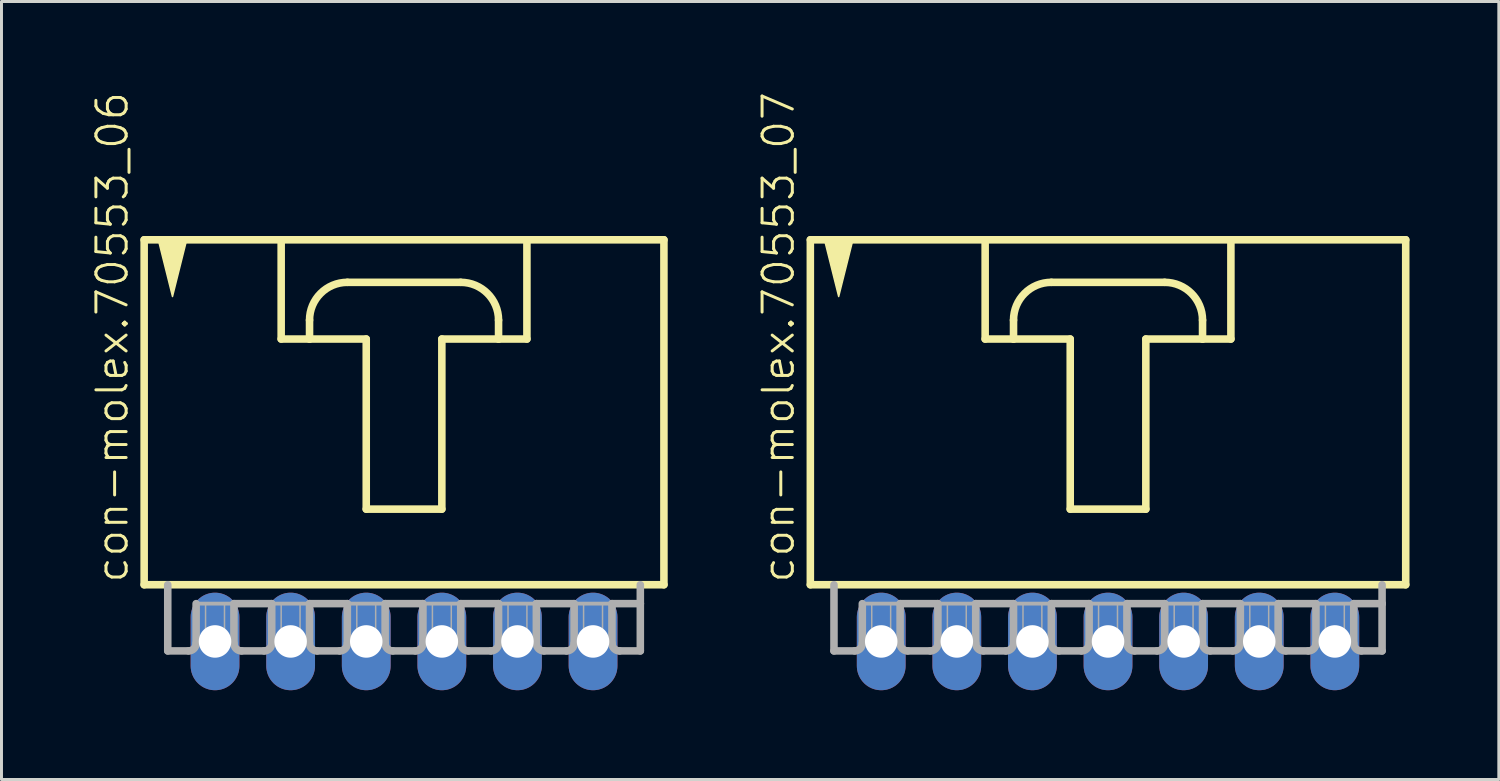
<source format=kicad_pcb>
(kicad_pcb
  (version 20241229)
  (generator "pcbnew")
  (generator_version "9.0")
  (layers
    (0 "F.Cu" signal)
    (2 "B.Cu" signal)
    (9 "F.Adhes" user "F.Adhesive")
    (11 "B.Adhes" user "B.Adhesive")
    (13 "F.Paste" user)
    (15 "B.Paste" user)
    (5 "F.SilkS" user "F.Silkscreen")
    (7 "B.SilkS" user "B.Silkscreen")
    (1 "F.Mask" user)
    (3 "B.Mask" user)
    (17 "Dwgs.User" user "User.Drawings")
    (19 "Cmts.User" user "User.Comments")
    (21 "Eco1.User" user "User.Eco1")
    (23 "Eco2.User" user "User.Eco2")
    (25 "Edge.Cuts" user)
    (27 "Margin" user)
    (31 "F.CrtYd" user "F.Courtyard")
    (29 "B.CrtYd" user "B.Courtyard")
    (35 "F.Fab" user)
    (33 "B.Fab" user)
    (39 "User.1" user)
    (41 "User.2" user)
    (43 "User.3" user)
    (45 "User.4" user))
  (footprint "con-molex.70553_07"
    (layer "F.Cu")
    (at 34.175 10.88)
    (property "Reference" "con-molex.70553_07" (at -10.477 5.715 90) (layer "F.SilkS") (effects (font (size 1.016 1.016) (thickness 0.1)) (justify left bottom)))
    (attr through_hole)
    (fp_line (start -10.001 -5.874) (end -10.001 5.715) (stroke (width 0.254) (type default)) (layer "F.SilkS"))
    (fp_line (start -10.001 5.715) (end 10.001 5.715) (stroke (width 0.254) (type default)) (layer "F.SilkS"))
    (fp_line (start -4.128 -5.874) (end -4.128 -2.54) (stroke (width 0.254) (type default)) (layer "F.SilkS"))
    (fp_line (start -4.128 -2.54) (end -3.175 -2.54) (stroke (width 0.254) (type default)) (layer "F.SilkS"))
    (fp_line (start -3.175 -2.54) (end -3.175 -3.175) (stroke (width 0.254) (type default)) (layer "F.SilkS"))
    (fp_line (start -3.175 -2.54) (end -1.27 -2.54) (stroke (width 0.254) (type default)) (layer "F.SilkS"))
    (fp_line (start -1.905 -4.445) (end 1.905 -4.445) (stroke (width 0.254) (type default)) (layer "F.SilkS"))
    (fp_line (start -1.27 -2.54) (end -1.27 3.175) (stroke (width 0.254) (type default)) (layer "F.SilkS"))
    (fp_line (start -1.27 3.175) (end 1.27 3.175) (stroke (width 0.254) (type default)) (layer "F.SilkS"))
    (fp_line (start 1.27 -2.54) (end 3.175 -2.54) (stroke (width 0.254) (type default)) (layer "F.SilkS"))
    (fp_line (start 1.27 3.175) (end 1.27 -2.54) (stroke (width 0.254) (type default)) (layer "F.SilkS"))
    (fp_line (start 3.175 -3.175) (end 3.175 -2.54) (stroke (width 0.254) (type default)) (layer "F.SilkS"))
    (fp_line (start 3.175 -2.54) (end 4.128 -2.54) (stroke (width 0.254) (type default)) (layer "F.SilkS"))
    (fp_line (start 4.128 -5.874) (end -10.001 -5.874) (stroke (width 0.254) (type default)) (layer "F.SilkS"))
    (fp_line (start 4.128 -2.54) (end 4.128 -5.874) (stroke (width 0.254) (type default)) (layer "F.SilkS"))
    (fp_line (start 10.001 -5.874) (end 4.128 -5.874) (stroke (width 0.254) (type default)) (layer "F.SilkS"))
    (fp_line (start 10.001 5.715) (end 10.001 -5.874) (stroke (width 0.254) (type default)) (layer "F.SilkS"))
    (fp_arc (start -3.175 -3.175) (mid -2.803026 -4.073026) (end -1.905 -4.445) (stroke (width 0.254) (type default)) (layer "F.SilkS"))
    (fp_arc (start 1.905 -4.445) (mid 2.803026 -4.073026) (end 3.175 -3.175) (stroke (width 0.254) (type default)) (layer "F.SilkS"))
    (fp_poly (pts (xy -9.525 -5.874) (xy -9.049 -3.969) (xy -8.572 -5.874)) (stroke (width 0.051) (type default)) (fill yes) (layer "F.SilkS"))
    (fp_line (start -9.207 5.715) (end -9.207 7.938) (stroke (width 0.254) (type default)) (layer "F.Fab"))
    (fp_line (start -8.509 7.938) (end -9.207 7.938) (stroke (width 0.254) (type default)) (layer "F.Fab"))
    (fp_line (start -8.255 6.35) (end -8.255 7.684) (stroke (width 0.254) (type default)) (layer "F.Fab"))
    (fp_line (start -8.255 6.35) (end -6.985 6.35) (stroke (width 0.127) (type default)) (layer "F.Fab"))
    (fp_line (start -6.985 6.35) (end -6.985 7.684) (stroke (width 0.254) (type default)) (layer "F.Fab"))
    (fp_line (start -6.985 6.35) (end -5.715 6.35) (stroke (width 0.254) (type default)) (layer "F.Fab"))
    (fp_line (start -5.969 7.938) (end -6.731 7.938) (stroke (width 0.254) (type default)) (layer "F.Fab"))
    (fp_line (start -5.715 6.35) (end -5.715 7.684) (stroke (width 0.254) (type default)) (layer "F.Fab"))
    (fp_line (start -5.715 6.35) (end -4.445 6.35) (stroke (width 0.127) (type default)) (layer "F.Fab"))
    (fp_line (start -4.445 6.35) (end -4.445 7.684) (stroke (width 0.254) (type default)) (layer "F.Fab"))
    (fp_line (start -4.445 6.35) (end -3.175 6.35) (stroke (width 0.254) (type default)) (layer "F.Fab"))
    (fp_line (start -3.429 7.938) (end -4.191 7.938) (stroke (width 0.254) (type default)) (layer "F.Fab"))
    (fp_line (start -3.175 6.35) (end -3.175 7.684) (stroke (width 0.254) (type default)) (layer "F.Fab"))
    (fp_line (start -3.175 6.35) (end -1.905 6.35) (stroke (width 0.127) (type default)) (layer "F.Fab"))
    (fp_line (start -1.905 6.35) (end -1.905 7.684) (stroke (width 0.254) (type default)) (layer "F.Fab"))
    (fp_line (start -1.905 6.35) (end -0.635 6.35) (stroke (width 0.254) (type default)) (layer "F.Fab"))
    (fp_line (start -0.889 7.938) (end -1.651 7.938) (stroke (width 0.254) (type default)) (layer "F.Fab"))
    (fp_line (start -0.635 6.35) (end -0.635 7.684) (stroke (width 0.254) (type default)) (layer "F.Fab"))
    (fp_line (start -0.635 6.35) (end 0.635 6.35) (stroke (width 0.127) (type default)) (layer "F.Fab"))
    (fp_line (start 0.635 6.35) (end 0.635 7.684) (stroke (width 0.254) (type default)) (layer "F.Fab"))
    (fp_line (start 0.635 6.35) (end 1.905 6.35) (stroke (width 0.254) (type default)) (layer "F.Fab"))
    (fp_line (start 1.651 7.938) (end 0.889 7.938) (stroke (width 0.254) (type default)) (layer "F.Fab"))
    (fp_line (start 1.905 6.35) (end 1.905 7.684) (stroke (width 0.254) (type default)) (layer "F.Fab"))
    (fp_line (start 1.905 6.35) (end 3.175 6.35) (stroke (width 0.127) (type default)) (layer "F.Fab"))
    (fp_line (start 3.175 6.35) (end 3.175 7.684) (stroke (width 0.254) (type default)) (layer "F.Fab"))
    (fp_line (start 3.175 6.35) (end 4.445 6.35) (stroke (width 0.254) (type default)) (layer "F.Fab"))
    (fp_line (start 4.191 7.938) (end 3.429 7.938) (stroke (width 0.254) (type default)) (layer "F.Fab"))
    (fp_line (start 4.445 6.35) (end 4.445 7.684) (stroke (width 0.254) (type default)) (layer "F.Fab"))
    (fp_line (start 4.445 6.35) (end 5.715 6.35) (stroke (width 0.127) (type default)) (layer "F.Fab"))
    (fp_line (start 5.715 6.35) (end 5.715 7.684) (stroke (width 0.254) (type default)) (layer "F.Fab"))
    (fp_line (start 5.715 6.35) (end 6.985 6.35) (stroke (width 0.254) (type default)) (layer "F.Fab"))
    (fp_line (start 6.731 7.938) (end 5.969 7.938) (stroke (width 0.254) (type default)) (layer "F.Fab"))
    (fp_line (start 6.985 6.35) (end 6.985 7.684) (stroke (width 0.254) (type default)) (layer "F.Fab"))
    (fp_line (start 6.985 6.35) (end 8.255 6.35) (stroke (width 0.127) (type default)) (layer "F.Fab"))
    (fp_line (start 8.255 6.35) (end 8.255 7.684) (stroke (width 0.254) (type default)) (layer "F.Fab"))
    (fp_line (start 8.255 6.35) (end 9.207 6.35) (stroke (width 0.254) (type default)) (layer "F.Fab"))
    (fp_line (start 8.509 7.938) (end 9.207 7.938) (stroke (width 0.254) (type default)) (layer "F.Fab"))
    (fp_line (start 9.207 6.35) (end 9.207 5.715) (stroke (width 0.254) (type default)) (layer "F.Fab"))
    (fp_line (start 9.207 7.938) (end 9.207 6.35) (stroke (width 0.254) (type default)) (layer "F.Fab"))
    (fp_rect (start -7.938 7.62) (end -7.303 6.35) (stroke (width 0.05) (type default)) (fill no) (layer "F.Fab"))
    (fp_rect (start -5.397 7.62) (end -4.763 6.35) (stroke (width 0.05) (type default)) (fill no) (layer "F.Fab"))
    (fp_rect (start -2.857 7.62) (end -2.223 6.35) (stroke (width 0.05) (type default)) (fill no) (layer "F.Fab"))
    (fp_rect (start -0.318 7.62) (end 0.318 6.35) (stroke (width 0.05) (type default)) (fill no) (layer "F.Fab"))
    (fp_rect (start 2.223 7.62) (end 2.857 6.35) (stroke (width 0.05) (type default)) (fill no) (layer "F.Fab"))
    (fp_rect (start 4.763 7.62) (end 5.397 6.35) (stroke (width 0.05) (type default)) (fill no) (layer "F.Fab"))
    (fp_rect (start 7.303 7.62) (end 7.938 6.35) (stroke (width 0.05) (type default)) (fill no) (layer "F.Fab"))
    (fp_arc (start -8.255 7.6835) (mid -8.329395 7.863105) (end -8.509 7.9375) (stroke (width 0.254) (type default)) (layer "F.Fab"))
    (fp_arc (start -6.731 7.9375) (mid -6.910605 7.863105) (end -6.985 7.6835) (stroke (width 0.254) (type default)) (layer "F.Fab"))
    (fp_arc (start -5.715 7.6835) (mid -5.789395 7.863105) (end -5.969 7.9375) (stroke (width 0.254) (type default)) (layer "F.Fab"))
    (fp_arc (start -4.191 7.9375) (mid -4.370605 7.863105) (end -4.445 7.6835) (stroke (width 0.254) (type default)) (layer "F.Fab"))
    (fp_arc (start -3.175 7.6835) (mid -3.249395 7.863105) (end -3.429 7.9375) (stroke (width 0.254) (type default)) (layer "F.Fab"))
    (fp_arc (start -1.651 7.9375) (mid -1.830605 7.863105) (end -1.905 7.6835) (stroke (width 0.254) (type default)) (layer "F.Fab"))
    (fp_arc (start -0.635 7.6835) (mid -0.709395 7.863105) (end -0.889 7.9375) (stroke (width 0.254) (type default)) (layer "F.Fab"))
    (fp_arc (start 0.889 7.9375) (mid 0.709395 7.863105) (end 0.635 7.6835) (stroke (width 0.254) (type default)) (layer "F.Fab"))
    (fp_arc (start 1.905 7.6835) (mid 1.830605 7.863105) (end 1.651 7.9375) (stroke (width 0.254) (type default)) (layer "F.Fab"))
    (fp_arc (start 3.429 7.9375) (mid 3.249395 7.863105) (end 3.175 7.6835) (stroke (width 0.254) (type default)) (layer "F.Fab"))
    (fp_arc (start 4.445 7.6835) (mid 4.370605 7.863105) (end 4.191 7.9375) (stroke (width 0.254) (type default)) (layer "F.Fab"))
    (fp_arc (start 5.969 7.9375) (mid 5.789395 7.863105) (end 5.715 7.6835) (stroke (width 0.254) (type default)) (layer "F.Fab"))
    (fp_arc (start 6.985 7.6835) (mid 6.910605 7.863105) (end 6.731 7.9375) (stroke (width 0.254) (type default)) (layer "F.Fab"))
    (fp_arc (start 8.509 7.9375) (mid 8.329395 7.863105) (end 8.255 7.6835) (stroke (width 0.254) (type default)) (layer "F.Fab"))
    (pad "1" thru_hole oval (at -7.62 7.62 90) (size 3.277 1.638) (drill 1.092) (layers "*.Cu" "*.Mask"))
    (pad "2" thru_hole oval (at -5.08 7.62 90) (size 3.277 1.638) (drill 1.092) (layers "*.Cu" "*.Mask"))
    (pad "3" thru_hole oval (at -2.54 7.62 90) (size 3.277 1.638) (drill 1.092) (layers "*.Cu" "*.Mask"))
    (pad "4" thru_hole oval (at 0 7.62 90) (size 3.277 1.638) (drill 1.092) (layers "*.Cu" "*.Mask"))
    (pad "5" thru_hole oval (at 2.54 7.62 90) (size 3.277 1.638) (drill 1.092) (layers "*.Cu" "*.Mask"))
    (pad "6" thru_hole oval (at 5.08 7.62 90) (size 3.277 1.638) (drill 1.092) (layers "*.Cu" "*.Mask"))
    (pad "7" thru_hole oval (at 7.62 7.62 90) (size 3.277 1.638) (drill 1.092) (layers "*.Cu" "*.Mask")))
  (footprint "con-molex.70553_06"
    (layer "F.Cu")
    (at 10.524 10.88)
    (property "Reference" "con-molex.70553_06" (at -9.207 5.715 90) (layer "F.SilkS") (effects (font (size 1.016 1.016) (thickness 0.1)) (justify left bottom)))
    (attr through_hole)
    (fp_line (start -8.731 -5.874) (end -8.731 5.715) (stroke (width 0.254) (type default)) (layer "F.SilkS"))
    (fp_line (start -8.731 5.715) (end 8.731 5.715) (stroke (width 0.254) (type default)) (layer "F.SilkS"))
    (fp_line (start -4.128 -5.874) (end -4.128 -2.54) (stroke (width 0.254) (type default)) (layer "F.SilkS"))
    (fp_line (start -4.128 -2.54) (end -3.175 -2.54) (stroke (width 0.254) (type default)) (layer "F.SilkS"))
    (fp_line (start -3.175 -2.54) (end -3.175 -3.175) (stroke (width 0.254) (type default)) (layer "F.SilkS"))
    (fp_line (start -3.175 -2.54) (end -1.27 -2.54) (stroke (width 0.254) (type default)) (layer "F.SilkS"))
    (fp_line (start -1.905 -4.445) (end 1.905 -4.445) (stroke (width 0.254) (type default)) (layer "F.SilkS"))
    (fp_line (start -1.27 -2.54) (end -1.27 3.175) (stroke (width 0.254) (type default)) (layer "F.SilkS"))
    (fp_line (start -1.27 3.175) (end 1.27 3.175) (stroke (width 0.254) (type default)) (layer "F.SilkS"))
    (fp_line (start 1.27 -2.54) (end 3.175 -2.54) (stroke (width 0.254) (type default)) (layer "F.SilkS"))
    (fp_line (start 1.27 3.175) (end 1.27 -2.54) (stroke (width 0.254) (type default)) (layer "F.SilkS"))
    (fp_line (start 3.175 -3.175) (end 3.175 -2.54) (stroke (width 0.254) (type default)) (layer "F.SilkS"))
    (fp_line (start 3.175 -2.54) (end 4.128 -2.54) (stroke (width 0.254) (type default)) (layer "F.SilkS"))
    (fp_line (start 4.128 -5.874) (end -8.731 -5.874) (stroke (width 0.254) (type default)) (layer "F.SilkS"))
    (fp_line (start 4.128 -2.54) (end 4.128 -5.874) (stroke (width 0.254) (type default)) (layer "F.SilkS"))
    (fp_line (start 8.731 -5.874) (end 4.128 -5.874) (stroke (width 0.254) (type default)) (layer "F.SilkS"))
    (fp_line (start 8.731 5.715) (end 8.731 -5.874) (stroke (width 0.254) (type default)) (layer "F.SilkS"))
    (fp_arc (start -3.175 -3.175) (mid -2.803026 -4.073026) (end -1.905 -4.445) (stroke (width 0.254) (type default)) (layer "F.SilkS"))
    (fp_arc (start 1.905 -4.445) (mid 2.803026 -4.073026) (end 3.175 -3.175) (stroke (width 0.254) (type default)) (layer "F.SilkS"))
    (fp_poly (pts (xy -8.255 -5.874) (xy -7.779 -3.969) (xy -7.303 -5.874)) (stroke (width 0.051) (type default)) (fill yes) (layer "F.SilkS"))
    (fp_line (start -7.938 5.715) (end -7.938 7.938) (stroke (width 0.254) (type default)) (layer "F.Fab"))
    (fp_line (start -7.239 7.938) (end -7.938 7.938) (stroke (width 0.254) (type default)) (layer "F.Fab"))
    (fp_line (start -6.985 6.35) (end -6.985 7.684) (stroke (width 0.254) (type default)) (layer "F.Fab"))
    (fp_line (start -6.985 6.35) (end -5.715 6.35) (stroke (width 0.127) (type default)) (layer "F.Fab"))
    (fp_line (start -5.715 6.35) (end -5.715 7.684) (stroke (width 0.254) (type default)) (layer "F.Fab"))
    (fp_line (start -5.715 6.35) (end -4.445 6.35) (stroke (width 0.254) (type default)) (layer "F.Fab"))
    (fp_line (start -4.699 7.938) (end -5.461 7.938) (stroke (width 0.254) (type default)) (layer "F.Fab"))
    (fp_line (start -4.445 6.35) (end -4.445 7.684) (stroke (width 0.254) (type default)) (layer "F.Fab"))
    (fp_line (start -4.445 6.35) (end -3.175 6.35) (stroke (width 0.127) (type default)) (layer "F.Fab"))
    (fp_line (start -3.175 6.35) (end -3.175 7.684) (stroke (width 0.254) (type default)) (layer "F.Fab"))
    (fp_line (start -3.175 6.35) (end -1.905 6.35) (stroke (width 0.254) (type default)) (layer "F.Fab"))
    (fp_line (start -2.159 7.938) (end -2.921 7.938) (stroke (width 0.254) (type default)) (layer "F.Fab"))
    (fp_line (start -1.905 6.35) (end -1.905 7.684) (stroke (width 0.254) (type default)) (layer "F.Fab"))
    (fp_line (start -1.905 6.35) (end -0.635 6.35) (stroke (width 0.127) (type default)) (layer "F.Fab"))
    (fp_line (start -0.635 6.35) (end -0.635 7.684) (stroke (width 0.254) (type default)) (layer "F.Fab"))
    (fp_line (start -0.635 6.35) (end 0.635 6.35) (stroke (width 0.254) (type default)) (layer "F.Fab"))
    (fp_line (start 0.381 7.938) (end -0.381 7.938) (stroke (width 0.254) (type default)) (layer "F.Fab"))
    (fp_line (start 0.635 6.35) (end 0.635 7.684) (stroke (width 0.254) (type default)) (layer "F.Fab"))
    (fp_line (start 0.635 6.35) (end 1.905 6.35) (stroke (width 0.127) (type default)) (layer "F.Fab"))
    (fp_line (start 1.905 6.35) (end 1.905 7.684) (stroke (width 0.254) (type default)) (layer "F.Fab"))
    (fp_line (start 1.905 6.35) (end 3.175 6.35) (stroke (width 0.254) (type default)) (layer "F.Fab"))
    (fp_line (start 2.921 7.938) (end 2.159 7.938) (stroke (width 0.254) (type default)) (layer "F.Fab"))
    (fp_line (start 3.175 6.35) (end 3.175 7.684) (stroke (width 0.254) (type default)) (layer "F.Fab"))
    (fp_line (start 3.175 6.35) (end 4.445 6.35) (stroke (width 0.127) (type default)) (layer "F.Fab"))
    (fp_line (start 4.445 6.35) (end 4.445 7.684) (stroke (width 0.254) (type default)) (layer "F.Fab"))
    (fp_line (start 4.445 6.35) (end 5.715 6.35) (stroke (width 0.254) (type default)) (layer "F.Fab"))
    (fp_line (start 5.461 7.938) (end 4.699 7.938) (stroke (width 0.254) (type default)) (layer "F.Fab"))
    (fp_line (start 5.715 6.35) (end 5.715 7.684) (stroke (width 0.254) (type default)) (layer "F.Fab"))
    (fp_line (start 5.715 6.35) (end 6.985 6.35) (stroke (width 0.127) (type default)) (layer "F.Fab"))
    (fp_line (start 6.985 6.35) (end 6.985 7.684) (stroke (width 0.254) (type default)) (layer "F.Fab"))
    (fp_line (start 6.985 6.35) (end 7.938 6.35) (stroke (width 0.254) (type default)) (layer "F.Fab"))
    (fp_line (start 7.239 7.938) (end 7.938 7.938) (stroke (width 0.254) (type default)) (layer "F.Fab"))
    (fp_line (start 7.938 6.35) (end 7.938 5.715) (stroke (width 0.254) (type default)) (layer "F.Fab"))
    (fp_line (start 7.938 7.938) (end 7.938 6.35) (stroke (width 0.254) (type default)) (layer "F.Fab"))
    (fp_rect (start -6.668 7.62) (end -6.032 6.35) (stroke (width 0.05) (type default)) (fill no) (layer "F.Fab"))
    (fp_rect (start -4.128 7.62) (end -3.493 6.35) (stroke (width 0.05) (type default)) (fill no) (layer "F.Fab"))
    (fp_rect (start -1.587 7.62) (end -0.953 6.35) (stroke (width 0.05) (type default)) (fill no) (layer "F.Fab"))
    (fp_rect (start 0.953 7.62) (end 1.587 6.35) (stroke (width 0.05) (type default)) (fill no) (layer "F.Fab"))
    (fp_rect (start 3.493 7.62) (end 4.128 6.35) (stroke (width 0.05) (type default)) (fill no) (layer "F.Fab"))
    (fp_rect (start 6.032 7.62) (end 6.668 6.35) (stroke (width 0.05) (type default)) (fill no) (layer "F.Fab"))
    (fp_arc (start -6.985 7.6835) (mid -7.059395 7.863105) (end -7.239 7.9375) (stroke (width 0.254) (type default)) (layer "F.Fab"))
    (fp_arc (start -5.461 7.9375) (mid -5.640605 7.863105) (end -5.715 7.6835) (stroke (width 0.254) (type default)) (layer "F.Fab"))
    (fp_arc (start -4.445 7.6835) (mid -4.519395 7.863105) (end -4.699 7.9375) (stroke (width 0.254) (type default)) (layer "F.Fab"))
    (fp_arc (start -2.921 7.9375) (mid -3.100605 7.863105) (end -3.175 7.6835) (stroke (width 0.254) (type default)) (layer "F.Fab"))
    (fp_arc (start -1.905 7.6835) (mid -1.979395 7.863105) (end -2.159 7.9375) (stroke (width 0.254) (type default)) (layer "F.Fab"))
    (fp_arc (start -0.381 7.9375) (mid -0.560605 7.863105) (end -0.635 7.6835) (stroke (width 0.254) (type default)) (layer "F.Fab"))
    (fp_arc (start 0.635 7.6835) (mid 0.560605 7.863105) (end 0.381 7.9375) (stroke (width 0.254) (type default)) (layer "F.Fab"))
    (fp_arc (start 2.159 7.9375) (mid 1.979395 7.863105) (end 1.905 7.6835) (stroke (width 0.254) (type default)) (layer "F.Fab"))
    (fp_arc (start 3.175 7.6835) (mid 3.100605 7.863105) (end 2.921 7.9375) (stroke (width 0.254) (type default)) (layer "F.Fab"))
    (fp_arc (start 4.699 7.9375) (mid 4.519395 7.863105) (end 4.445 7.6835) (stroke (width 0.254) (type default)) (layer "F.Fab"))
    (fp_arc (start 5.715 7.6835) (mid 5.640605 7.863105) (end 5.461 7.9375) (stroke (width 0.254) (type default)) (layer "F.Fab"))
    (fp_arc (start 7.239 7.9375) (mid 7.059395 7.863105) (end 6.985 7.6835) (stroke (width 0.254) (type default)) (layer "F.Fab"))
    (pad "1" thru_hole oval (at -6.35 7.62 90) (size 3.277 1.638) (drill 1.092) (layers "*.Cu" "*.Mask"))
    (pad "2" thru_hole oval (at -3.81 7.62 90) (size 3.277 1.638) (drill 1.092) (layers "*.Cu" "*.Mask"))
    (pad "3" thru_hole oval (at -1.27 7.62 90) (size 3.277 1.638) (drill 1.092) (layers "*.Cu" "*.Mask"))
    (pad "4" thru_hole oval (at 1.27 7.62 90) (size 3.277 1.638) (drill 1.092) (layers "*.Cu" "*.Mask"))
    (pad "5" thru_hole oval (at 3.81 7.62 90) (size 3.277 1.638) (drill 1.092) (layers "*.Cu" "*.Mask"))
    (pad "6" thru_hole oval (at 6.35 7.62 90) (size 3.277 1.638) (drill 1.092) (layers "*.Cu" "*.Mask")))
  (gr_rect
    (start -3 -3)
    (end 47.304 23.138)
    (stroke (width 0.1) (type default))
    (fill no)
    (layer "Edge.Cuts")))
</source>
